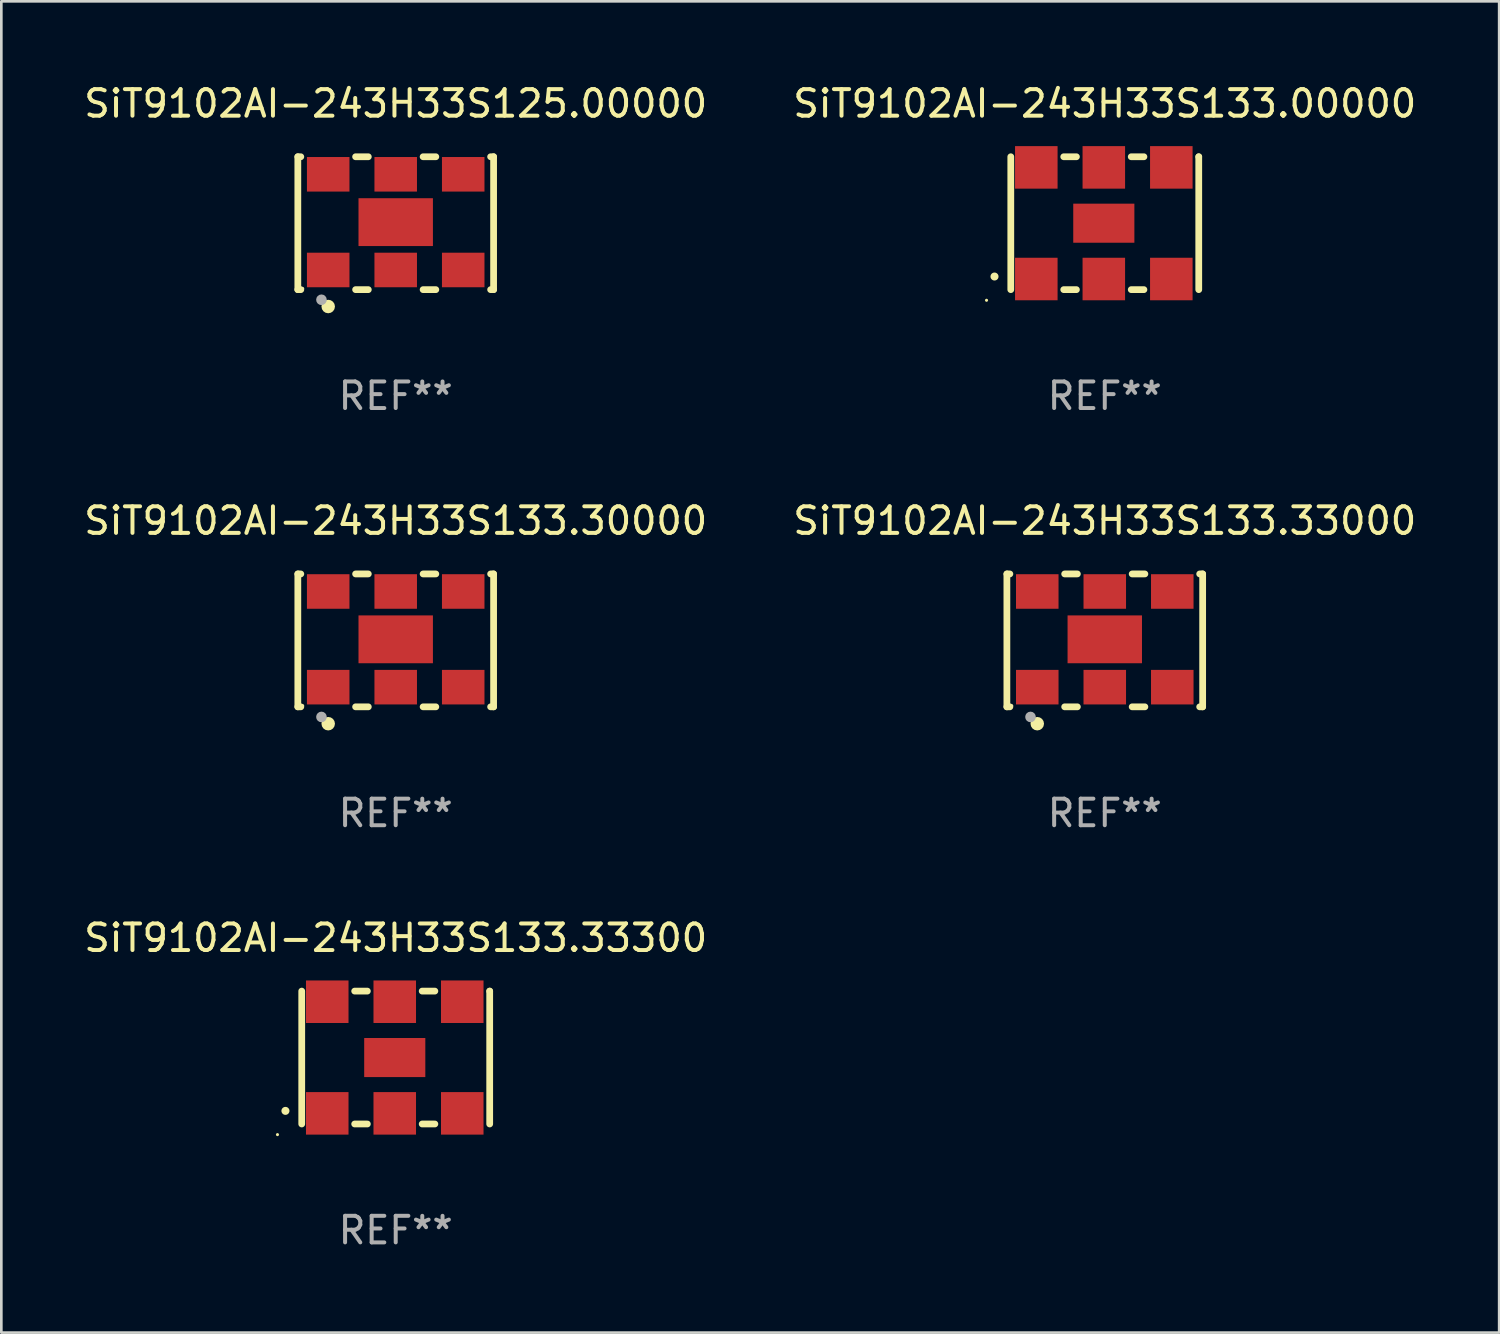
<source format=kicad_pcb>
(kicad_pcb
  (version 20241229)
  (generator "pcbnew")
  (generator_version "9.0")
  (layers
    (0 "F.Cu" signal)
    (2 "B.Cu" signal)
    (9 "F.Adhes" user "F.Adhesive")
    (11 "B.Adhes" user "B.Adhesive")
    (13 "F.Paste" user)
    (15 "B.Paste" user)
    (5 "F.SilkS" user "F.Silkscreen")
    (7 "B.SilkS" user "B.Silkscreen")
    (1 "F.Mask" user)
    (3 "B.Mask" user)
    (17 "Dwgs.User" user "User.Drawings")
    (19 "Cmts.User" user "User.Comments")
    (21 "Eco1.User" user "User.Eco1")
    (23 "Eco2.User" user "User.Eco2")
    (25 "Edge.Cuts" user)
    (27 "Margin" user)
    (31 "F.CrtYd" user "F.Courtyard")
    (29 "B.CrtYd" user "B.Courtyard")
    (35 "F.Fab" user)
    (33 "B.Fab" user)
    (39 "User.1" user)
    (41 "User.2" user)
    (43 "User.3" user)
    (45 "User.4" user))
  (footprint "SiT9102AI-243H33S133.00000"
    (layer "F.Cu")
    (at 38.518 5.348)
    (property "Reference" "SiT9102AI-243H33S133.00000" (at 0 -4.5 0) (layer "F.SilkS") (effects (font (size 1 1) (thickness 0.15))))
    (attr through_hole)
    (fp_line (start -3.536 -2.5) (end -3.536 2.5) (stroke (width 0.254) (type solid)) (layer "F.SilkS"))
    (fp_line (start -1.544 2.5) (end -1.067 2.5) (stroke (width 0.254) (type solid)) (layer "F.SilkS"))
    (fp_line (start -1.067 -2.5) (end -1.544 -2.5) (stroke (width 0.254) (type solid)) (layer "F.SilkS"))
    (fp_line (start 0.996 2.5) (end 1.473 2.5) (stroke (width 0.254) (type solid)) (layer "F.SilkS"))
    (fp_line (start 1.473 -2.5) (end 0.996 -2.5) (stroke (width 0.254) (type solid)) (layer "F.SilkS"))
    (fp_line (start 3.536 -2.5) (end 3.536 -2.5) (stroke (width 0.254) (type solid)) (layer "F.SilkS"))
    (fp_line (start 3.536 2.5) (end 3.536 -2.5) (stroke (width 0.254) (type solid)) (layer "F.SilkS"))
    (fp_arc (start -4.150432 2.006604) (mid -4.149162 2.006599) (end -4.147892 2.006604) (stroke (width 0.3) (type solid)) (layer "F.SilkS"))
    (fp_circle (center -4.449 2.9) (end -4.419 2.9) (stroke (width 0.06) (type solid)) (fill no) (layer "F.SilkS"))
    (fp_text user "REF**" (at 0 6.5 0) (layer "F.Fab") (effects (font (size 1 1) (thickness 0.15))))
    (pad "1" smd rect (at -2.576 2.1) (size 1.6 1.6) (layers "F.Cu" "F.Mask" "F.Paste"))
    (pad "2" smd rect (at -0.036 2.1) (size 1.6 1.6) (layers "F.Cu" "F.Mask" "F.Paste"))
    (pad "3" smd rect (at 2.504 2.1) (size 1.6 1.6) (layers "F.Cu" "F.Mask" "F.Paste"))
    (pad "4" smd rect (at 2.504 -2.1) (size 1.6 1.6) (layers "F.Cu" "F.Mask" "F.Paste"))
    (pad "5" smd rect (at -0.036 -2.1) (size 1.6 1.6) (layers "F.Cu" "F.Mask" "F.Paste"))
    (pad "6" smd rect (at -2.576 -2.1) (size 1.6 1.6) (layers "F.Cu" "F.Mask" "F.Paste"))
    (pad "7" smd rect (at -0.036 0) (size 2.3 1.47) (layers "F.Cu" "F.Mask" "F.Paste")))
  (footprint "SiT9102AI-243H33S133.33000"
    (layer "F.Cu")
    (at 38.518 21.045)
    (property "Reference" "SiT9102AI-243H33S133.33000" (at 0 -4.5 0) (layer "F.SilkS") (effects (font (size 1 1) (thickness 0.15))))
    (attr through_hole)
    (fp_line (start -3.683 -2.5) (end -3.571 -2.5) (stroke (width 0.254) (type solid)) (layer "F.SilkS"))
    (fp_line (start -3.683 2.5) (end -3.683 -2.5) (stroke (width 0.254) (type solid)) (layer "F.SilkS"))
    (fp_line (start -3.683 2.5) (end -3.571 2.5) (stroke (width 0.254) (type solid)) (layer "F.SilkS"))
    (fp_line (start -1.509 -2.5) (end -1.031 -2.5) (stroke (width 0.254) (type solid)) (layer "F.SilkS"))
    (fp_line (start -1.509 2.5) (end -1.031 2.5) (stroke (width 0.254) (type solid)) (layer "F.SilkS"))
    (fp_line (start 1.031 -2.5) (end 1.509 -2.5) (stroke (width 0.254) (type solid)) (layer "F.SilkS"))
    (fp_line (start 1.031 2.5) (end 1.509 2.5) (stroke (width 0.254) (type solid)) (layer "F.SilkS"))
    (fp_line (start 3.571 -2.5) (end 3.683 -2.5) (stroke (width 0.254) (type solid)) (layer "F.SilkS"))
    (fp_line (start 3.571 2.5) (end 3.683 2.5) (stroke (width 0.254) (type solid)) (layer "F.SilkS"))
    (fp_line (start 3.683 2.5) (end 3.683 -2.5) (stroke (width 0.254) (type solid)) (layer "F.SilkS"))
    (fp_circle (center -3.5 2.46) (end -3.47 2.46) (stroke (width 0.06) (type solid)) (fill no) (layer "F.SilkS"))
    (fp_circle (center -2.54 3.135) (end -2.413 3.135) (stroke (width 0.254) (type solid)) (fill no) (layer "F.SilkS"))
    (fp_circle (center -2.794 2.881) (end -2.694 2.881) (stroke (width 0.2) (type solid)) (fill no) (layer "F.Fab"))
    (fp_text user "REF**" (at 0 6.5 0) (layer "F.Fab") (effects (font (size 1 1) (thickness 0.15))))
    (pad "1" smd rect (at -2.54 1.76) (size 1.6 1.3) (layers "F.Cu" "F.Mask" "F.Paste"))
    (pad "2" smd rect (at 0 1.76) (size 1.6 1.3) (layers "F.Cu" "F.Mask" "F.Paste"))
    (pad "3" smd rect (at 2.54 1.76) (size 1.6 1.3) (layers "F.Cu" "F.Mask" "F.Paste"))
    (pad "4" smd rect (at 2.54 -1.84) (size 1.6 1.3) (layers "F.Cu" "F.Mask" "F.Paste"))
    (pad "5" smd rect (at 0 -1.84) (size 1.6 1.3) (layers "F.Cu" "F.Mask" "F.Paste"))
    (pad "6" smd rect (at -2.54 -1.84) (size 1.6 1.3) (layers "F.Cu" "F.Mask" "F.Paste"))
    (pad "7" smd rect (at 0 -0.04) (size 2.8 1.8) (layers "F.Cu" "F.Mask" "F.Paste")))
  (footprint "SiT9102AI-243H33S133.33300"
    (layer "F.Cu")
    (at 11.839 36.741)
    (property "Reference" "SiT9102AI-243H33S133.33300" (at 0 -4.5 0) (layer "F.SilkS") (effects (font (size 1 1) (thickness 0.15))))
    (attr through_hole)
    (fp_line (start -3.536 -2.5) (end -3.536 2.5) (stroke (width 0.254) (type solid)) (layer "F.SilkS"))
    (fp_line (start -1.544 2.5) (end -1.067 2.5) (stroke (width 0.254) (type solid)) (layer "F.SilkS"))
    (fp_line (start -1.067 -2.5) (end -1.544 -2.5) (stroke (width 0.254) (type solid)) (layer "F.SilkS"))
    (fp_line (start 0.996 2.5) (end 1.473 2.5) (stroke (width 0.254) (type solid)) (layer "F.SilkS"))
    (fp_line (start 1.473 -2.5) (end 0.996 -2.5) (stroke (width 0.254) (type solid)) (layer "F.SilkS"))
    (fp_line (start 3.536 -2.5) (end 3.536 -2.5) (stroke (width 0.254) (type solid)) (layer "F.SilkS"))
    (fp_line (start 3.536 2.5) (end 3.536 -2.5) (stroke (width 0.254) (type solid)) (layer "F.SilkS"))
    (fp_arc (start -4.150432 2.006604) (mid -4.149162 2.006599) (end -4.147892 2.006604) (stroke (width 0.3) (type solid)) (layer "F.SilkS"))
    (fp_circle (center -4.449 2.9) (end -4.419 2.9) (stroke (width 0.06) (type solid)) (fill no) (layer "F.SilkS"))
    (fp_text user "REF**" (at 0 6.5 0) (layer "F.Fab") (effects (font (size 1 1) (thickness 0.15))))
    (pad "1" smd rect (at -2.576 2.1) (size 1.6 1.6) (layers "F.Cu" "F.Mask" "F.Paste"))
    (pad "2" smd rect (at -0.036 2.1) (size 1.6 1.6) (layers "F.Cu" "F.Mask" "F.Paste"))
    (pad "3" smd rect (at 2.504 2.1) (size 1.6 1.6) (layers "F.Cu" "F.Mask" "F.Paste"))
    (pad "4" smd rect (at 2.504 -2.1) (size 1.6 1.6) (layers "F.Cu" "F.Mask" "F.Paste"))
    (pad "5" smd rect (at -0.036 -2.1) (size 1.6 1.6) (layers "F.Cu" "F.Mask" "F.Paste"))
    (pad "6" smd rect (at -2.576 -2.1) (size 1.6 1.6) (layers "F.Cu" "F.Mask" "F.Paste"))
    (pad "7" smd rect (at -0.036 0) (size 2.3 1.47) (layers "F.Cu" "F.Mask" "F.Paste")))
  (footprint "SiT9102AI-243H33S125.00000"
    (layer "F.Cu")
    (at 11.839 5.348)
    (property "Reference" "SiT9102AI-243H33S125.00000" (at 0 -4.5 0) (layer "F.SilkS") (effects (font (size 1 1) (thickness 0.15))))
    (attr through_hole)
    (fp_line (start -3.683 -2.5) (end -3.571 -2.5) (stroke (width 0.254) (type solid)) (layer "F.SilkS"))
    (fp_line (start -3.683 2.5) (end -3.683 -2.5) (stroke (width 0.254) (type solid)) (layer "F.SilkS"))
    (fp_line (start -3.683 2.5) (end -3.571 2.5) (stroke (width 0.254) (type solid)) (layer "F.SilkS"))
    (fp_line (start -1.509 -2.5) (end -1.031 -2.5) (stroke (width 0.254) (type solid)) (layer "F.SilkS"))
    (fp_line (start -1.509 2.5) (end -1.031 2.5) (stroke (width 0.254) (type solid)) (layer "F.SilkS"))
    (fp_line (start 1.031 -2.5) (end 1.509 -2.5) (stroke (width 0.254) (type solid)) (layer "F.SilkS"))
    (fp_line (start 1.031 2.5) (end 1.509 2.5) (stroke (width 0.254) (type solid)) (layer "F.SilkS"))
    (fp_line (start 3.571 -2.5) (end 3.683 -2.5) (stroke (width 0.254) (type solid)) (layer "F.SilkS"))
    (fp_line (start 3.571 2.5) (end 3.683 2.5) (stroke (width 0.254) (type solid)) (layer "F.SilkS"))
    (fp_line (start 3.683 2.5) (end 3.683 -2.5) (stroke (width 0.254) (type solid)) (layer "F.SilkS"))
    (fp_circle (center -3.5 2.46) (end -3.47 2.46) (stroke (width 0.06) (type solid)) (fill no) (layer "F.SilkS"))
    (fp_circle (center -2.54 3.135) (end -2.413 3.135) (stroke (width 0.254) (type solid)) (fill no) (layer "F.SilkS"))
    (fp_circle (center -2.794 2.881) (end -2.694 2.881) (stroke (width 0.2) (type solid)) (fill no) (layer "F.Fab"))
    (fp_text user "REF**" (at 0 6.5 0) (layer "F.Fab") (effects (font (size 1 1) (thickness 0.15))))
    (pad "1" smd rect (at -2.54 1.76) (size 1.6 1.3) (layers "F.Cu" "F.Mask" "F.Paste"))
    (pad "2" smd rect (at 0 1.76) (size 1.6 1.3) (layers "F.Cu" "F.Mask" "F.Paste"))
    (pad "3" smd rect (at 2.54 1.76) (size 1.6 1.3) (layers "F.Cu" "F.Mask" "F.Paste"))
    (pad "4" smd rect (at 2.54 -1.84) (size 1.6 1.3) (layers "F.Cu" "F.Mask" "F.Paste"))
    (pad "5" smd rect (at 0 -1.84) (size 1.6 1.3) (layers "F.Cu" "F.Mask" "F.Paste"))
    (pad "6" smd rect (at -2.54 -1.84) (size 1.6 1.3) (layers "F.Cu" "F.Mask" "F.Paste"))
    (pad "7" smd rect (at 0 -0.04) (size 2.8 1.8) (layers "F.Cu" "F.Mask" "F.Paste")))
  (footprint "SiT9102AI-243H33S133.30000"
    (layer "F.Cu")
    (at 11.839 21.045)
    (property "Reference" "SiT9102AI-243H33S133.30000" (at 0 -4.5 0) (layer "F.SilkS") (effects (font (size 1 1) (thickness 0.15))))
    (attr through_hole)
    (fp_line (start -3.683 -2.5) (end -3.571 -2.5) (stroke (width 0.254) (type solid)) (layer "F.SilkS"))
    (fp_line (start -3.683 2.5) (end -3.683 -2.5) (stroke (width 0.254) (type solid)) (layer "F.SilkS"))
    (fp_line (start -3.683 2.5) (end -3.571 2.5) (stroke (width 0.254) (type solid)) (layer "F.SilkS"))
    (fp_line (start -1.509 -2.5) (end -1.031 -2.5) (stroke (width 0.254) (type solid)) (layer "F.SilkS"))
    (fp_line (start -1.509 2.5) (end -1.031 2.5) (stroke (width 0.254) (type solid)) (layer "F.SilkS"))
    (fp_line (start 1.031 -2.5) (end 1.509 -2.5) (stroke (width 0.254) (type solid)) (layer "F.SilkS"))
    (fp_line (start 1.031 2.5) (end 1.509 2.5) (stroke (width 0.254) (type solid)) (layer "F.SilkS"))
    (fp_line (start 3.571 -2.5) (end 3.683 -2.5) (stroke (width 0.254) (type solid)) (layer "F.SilkS"))
    (fp_line (start 3.571 2.5) (end 3.683 2.5) (stroke (width 0.254) (type solid)) (layer "F.SilkS"))
    (fp_line (start 3.683 2.5) (end 3.683 -2.5) (stroke (width 0.254) (type solid)) (layer "F.SilkS"))
    (fp_circle (center -3.5 2.46) (end -3.47 2.46) (stroke (width 0.06) (type solid)) (fill no) (layer "F.SilkS"))
    (fp_circle (center -2.54 3.135) (end -2.413 3.135) (stroke (width 0.254) (type solid)) (fill no) (layer "F.SilkS"))
    (fp_circle (center -2.794 2.881) (end -2.694 2.881) (stroke (width 0.2) (type solid)) (fill no) (layer "F.Fab"))
    (fp_text user "REF**" (at 0 6.5 0) (layer "F.Fab") (effects (font (size 1 1) (thickness 0.15))))
    (pad "1" smd rect (at -2.54 1.76) (size 1.6 1.3) (layers "F.Cu" "F.Mask" "F.Paste"))
    (pad "2" smd rect (at 0 1.76) (size 1.6 1.3) (layers "F.Cu" "F.Mask" "F.Paste"))
    (pad "3" smd rect (at 2.54 1.76) (size 1.6 1.3) (layers "F.Cu" "F.Mask" "F.Paste"))
    (pad "4" smd rect (at 2.54 -1.84) (size 1.6 1.3) (layers "F.Cu" "F.Mask" "F.Paste"))
    (pad "5" smd rect (at 0 -1.84) (size 1.6 1.3) (layers "F.Cu" "F.Mask" "F.Paste"))
    (pad "6" smd rect (at -2.54 -1.84) (size 1.6 1.3) (layers "F.Cu" "F.Mask" "F.Paste"))
    (pad "7" smd rect (at 0 -0.04) (size 2.8 1.8) (layers "F.Cu" "F.Mask" "F.Paste")))
  (gr_rect
    (start -3 -3)
    (end 53.357 47.09)
    (stroke (width 0.1) (type default))
    (fill no)
    (layer "Edge.Cuts")))
</source>
